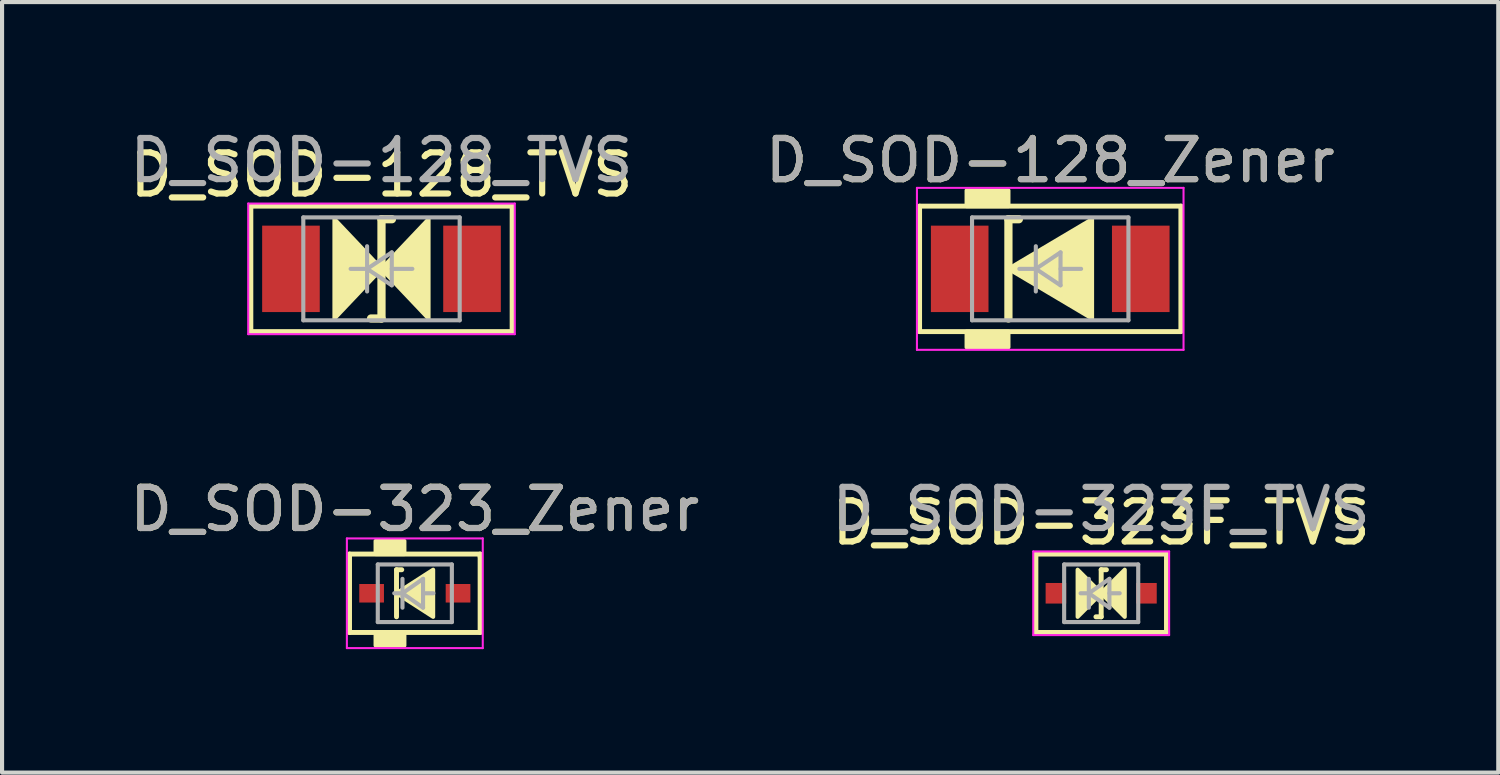
<source format=kicad_pcb>
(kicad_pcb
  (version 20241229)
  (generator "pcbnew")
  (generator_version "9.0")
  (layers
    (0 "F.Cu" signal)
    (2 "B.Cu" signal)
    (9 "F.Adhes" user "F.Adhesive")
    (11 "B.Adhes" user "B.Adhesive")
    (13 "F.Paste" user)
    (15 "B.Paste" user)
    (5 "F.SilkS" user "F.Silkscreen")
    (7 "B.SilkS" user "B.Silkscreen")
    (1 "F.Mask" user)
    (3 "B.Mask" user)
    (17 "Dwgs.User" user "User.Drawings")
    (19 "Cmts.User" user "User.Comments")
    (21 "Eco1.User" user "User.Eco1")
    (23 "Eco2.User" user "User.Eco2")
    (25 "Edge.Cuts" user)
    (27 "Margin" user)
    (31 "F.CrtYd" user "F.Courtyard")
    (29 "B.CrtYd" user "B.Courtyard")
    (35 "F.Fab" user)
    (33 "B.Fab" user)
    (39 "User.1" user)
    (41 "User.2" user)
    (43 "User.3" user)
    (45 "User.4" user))
  (footprint "D_SOD-323_Zener"
    (layer "F.Cu")
    (at 7.03 11.366)
    (property "Reference" "D_SOD-323_Zener" (at 0 -2.041 0) (layer "F.SilkS") (effects (font (size 1 1) (thickness 0.15))))
    (attr smd)
    (fp_line (start -1.587 -0.953) (end -1.587 0.953) (stroke (width 0.12) (type solid)) (layer "F.SilkS"))
    (fp_line (start -1.587 0.953) (end 1.587 0.953) (stroke (width 0.12) (type solid)) (layer "F.SilkS"))
    (fp_line (start -0.445 -0.572) (end -0.445 0.572) (stroke (width 0.12) (type solid)) (layer "F.SilkS"))
    (fp_line (start -0.445 -0.572) (end -0.318 -0.572) (stroke (width 0.12) (type solid)) (layer "F.SilkS"))
    (fp_line (start 1.587 -0.953) (end -1.587 -0.953) (stroke (width 0.12) (type solid)) (layer "F.SilkS"))
    (fp_line (start 1.587 -0.889) (end 1.587 -0.953) (stroke (width 0.12) (type solid)) (layer "F.SilkS"))
    (fp_line (start 1.587 0.953) (end 1.587 -0.889) (stroke (width 0.12) (type solid)) (layer "F.SilkS"))
    (fp_poly (pts (xy 0.445 0.572) (xy -0.445 0) (xy 0.445 -0.572)) (stroke (width 0.1) (type solid)) (fill yes) (layer "F.SilkS"))
    (fp_poly (pts (xy -0.254 -0.953) (xy -0.953 -0.953) (xy -0.953 -1.27) (xy -0.254 -1.27)) (stroke (width 0.1) (type solid)) (fill yes) (layer "F.SilkS"))
    (fp_poly (pts (xy -0.254 1.27) (xy -0.953 1.27) (xy -0.953 0.953) (xy -0.254 0.953)) (stroke (width 0.1) (type solid)) (fill yes) (layer "F.SilkS"))
    (fp_line (start -1.651 -1.333) (end -1.651 1.333) (stroke (width 0.05) (type solid)) (layer "F.CrtYd"))
    (fp_line (start -1.651 -1.333) (end 1.651 -1.333) (stroke (width 0.05) (type solid)) (layer "F.CrtYd"))
    (fp_line (start -1.651 1.333) (end 1.651 1.333) (stroke (width 0.05) (type solid)) (layer "F.CrtYd"))
    (fp_line (start 1.651 -1.333) (end 1.651 1.333) (stroke (width 0.05) (type solid)) (layer "F.CrtYd"))
    (fp_line (start -0.9 -0.7) (end 0.9 -0.7) (stroke (width 0.1) (type solid)) (layer "F.Fab"))
    (fp_line (start -0.9 0.7) (end -0.9 -0.7) (stroke (width 0.1) (type solid)) (layer "F.Fab"))
    (fp_line (start -0.3 -0.35) (end -0.3 0.35) (stroke (width 0.1) (type solid)) (layer "F.Fab"))
    (fp_line (start -0.3 0) (end -0.5 0) (stroke (width 0.1) (type solid)) (layer "F.Fab"))
    (fp_line (start -0.3 0) (end 0.2 -0.35) (stroke (width 0.1) (type solid)) (layer "F.Fab"))
    (fp_line (start 0.2 -0.35) (end 0.2 0.35) (stroke (width 0.1) (type solid)) (layer "F.Fab"))
    (fp_line (start 0.2 0) (end 0.45 0) (stroke (width 0.1) (type solid)) (layer "F.Fab"))
    (fp_line (start 0.2 0.35) (end -0.3 0) (stroke (width 0.1) (type solid)) (layer "F.Fab"))
    (fp_line (start 0.9 -0.7) (end 0.9 0.7) (stroke (width 0.1) (type solid)) (layer "F.Fab"))
    (fp_line (start 0.9 0.7) (end -0.9 0.7) (stroke (width 0.1) (type solid)) (layer "F.Fab"))
    (fp_text user "${REFERENCE}" (at 0 -2.041 0) (layer "F.Fab") (effects (font (size 1 1) (thickness 0.15))))
    (pad "1" smd rect (at -1.05 0) (size 0.6 0.45) (layers "F.Cu" "F.Mask" "F.Paste"))
    (pad "2" smd rect (at 1.05 0) (size 0.6 0.45) (layers "F.Cu" "F.Mask" "F.Paste")))
  (footprint "D_SOD-128_Zener"
    (layer "F.Cu")
    (at 22.47 3.483)
    (property "Reference" "D_SOD-128_Zener" (at 0 -2.635 0) (layer "F.SilkS") (effects (font (size 1 1) (thickness 0.15))))
    (attr smd)
    (fp_line (start -3.175 -1.524) (end -3.175 1.524) (stroke (width 0.12) (type solid)) (layer "F.SilkS"))
    (fp_line (start -3.175 1.524) (end 3.175 1.524) (stroke (width 0.12) (type solid)) (layer "F.SilkS"))
    (fp_line (start -1.016 -1.206) (end -1.016 1.206) (stroke (width 0.2) (type solid)) (layer "F.SilkS"))
    (fp_line (start -1.016 -1.206) (end -0.762 -1.206) (stroke (width 0.2) (type solid)) (layer "F.SilkS"))
    (fp_line (start 3.175 -1.524) (end -3.175 -1.524) (stroke (width 0.12) (type solid)) (layer "F.SilkS"))
    (fp_line (start 3.175 1.524) (end 3.175 -1.524) (stroke (width 0.12) (type solid)) (layer "F.SilkS"))
    (fp_poly (pts (xy 1.016 1.206) (xy -1.016 0) (xy 1.016 -1.206)) (stroke (width 0.1) (type solid)) (fill yes) (layer "F.SilkS"))
    (fp_poly (pts (xy -1.016 -1.524) (xy -2.032 -1.524) (xy -2.032 -1.905) (xy -1.016 -1.905)) (stroke (width 0.1) (type solid)) (fill yes) (layer "F.SilkS"))
    (fp_poly (pts (xy -1.016 1.905) (xy -2.032 1.905) (xy -2.032 1.524) (xy -1.016 1.524)) (stroke (width 0.1) (type solid)) (fill yes) (layer "F.SilkS"))
    (fp_line (start -3.239 -1.968) (end -3.239 1.968) (stroke (width 0.05) (type solid)) (layer "F.CrtYd"))
    (fp_line (start -3.239 -1.968) (end 3.239 -1.968) (stroke (width 0.05) (type solid)) (layer "F.CrtYd"))
    (fp_line (start 3.239 -1.968) (end 3.239 1.968) (stroke (width 0.05) (type solid)) (layer "F.CrtYd"))
    (fp_line (start 3.239 1.968) (end -3.239 1.968) (stroke (width 0.05) (type solid)) (layer "F.CrtYd"))
    (fp_line (start -1.9 -1.25) (end 1.9 -1.25) (stroke (width 0.1) (type solid)) (layer "F.Fab"))
    (fp_line (start -1.9 1.25) (end -1.9 -1.25) (stroke (width 0.1) (type solid)) (layer "F.Fab"))
    (fp_line (start -0.75 0) (end -0.35 0) (stroke (width 0.1) (type solid)) (layer "F.Fab"))
    (fp_line (start -0.35 0) (end -0.35 -0.55) (stroke (width 0.1) (type solid)) (layer "F.Fab"))
    (fp_line (start -0.35 0) (end -0.35 0.55) (stroke (width 0.1) (type solid)) (layer "F.Fab"))
    (fp_line (start -0.35 0) (end 0.25 -0.4) (stroke (width 0.1) (type solid)) (layer "F.Fab"))
    (fp_line (start 0.25 -0.4) (end 0.25 0.4) (stroke (width 0.1) (type solid)) (layer "F.Fab"))
    (fp_line (start 0.25 0) (end 0.75 0) (stroke (width 0.1) (type solid)) (layer "F.Fab"))
    (fp_line (start 0.25 0.4) (end -0.35 0) (stroke (width 0.1) (type solid)) (layer "F.Fab"))
    (fp_line (start 1.9 -1.25) (end 1.9 1.25) (stroke (width 0.1) (type solid)) (layer "F.Fab"))
    (fp_line (start 1.9 1.25) (end -1.9 1.25) (stroke (width 0.1) (type solid)) (layer "F.Fab"))
    (fp_text user "${REFERENCE}" (at 0 -2.635 0) (layer "F.Fab") (effects (font (size 1 1) (thickness 0.15))))
    (pad "1" smd rect (at -2.2 0) (size 1.4 2.1) (layers "F.Cu" "F.Mask" "F.Paste"))
    (pad "2" smd rect (at 2.2 0) (size 1.4 2.1) (layers "F.Cu" "F.Mask" "F.Paste")))
  (footprint "D_SOD-323F_TVS"
    (layer "F.Cu")
    (at 23.708 11.366)
    (property "Reference" "D_SOD-323F_TVS" (at 0 -1.714 0) (layer "F.SilkS") (effects (font (size 1 1) (thickness 0.15))))
    (attr smd)
    (fp_line (start -1.587 -0.953) (end -1.587 0.953) (stroke (width 0.12) (type solid)) (layer "F.SilkS"))
    (fp_line (start -1.587 0.953) (end 1.587 0.953) (stroke (width 0.12) (type solid)) (layer "F.SilkS"))
    (fp_line (start -0.127 0.572) (end 0 0.572) (stroke (width 0.12) (type solid)) (layer "F.SilkS"))
    (fp_line (start 0 -0.572) (end 0 0.572) (stroke (width 0.12) (type solid)) (layer "F.SilkS"))
    (fp_line (start 0 -0.572) (end 0.127 -0.572) (stroke (width 0.12) (type solid)) (layer "F.SilkS"))
    (fp_line (start 1.587 -0.953) (end -1.587 -0.953) (stroke (width 0.12) (type solid)) (layer "F.SilkS"))
    (fp_line (start 1.587 0.953) (end 1.587 -0.953) (stroke (width 0.12) (type solid)) (layer "F.SilkS"))
    (fp_poly (pts (xy 0 0) (xy -0.572 0.572) (xy -0.572 -0.572)) (stroke (width 0.1) (type solid)) (fill yes) (layer "F.SilkS"))
    (fp_poly (pts (xy 0 0) (xy 0.572 -0.572) (xy 0.572 0.572)) (stroke (width 0.1) (type solid)) (fill yes) (layer "F.SilkS"))
    (fp_line (start -1.651 -1.016) (end -1.651 1.016) (stroke (width 0.05) (type solid)) (layer "F.CrtYd"))
    (fp_line (start -1.651 -1.016) (end 1.651 -1.016) (stroke (width 0.05) (type solid)) (layer "F.CrtYd"))
    (fp_line (start -1.651 1.016) (end 1.651 1.016) (stroke (width 0.05) (type solid)) (layer "F.CrtYd"))
    (fp_line (start 1.651 -1.016) (end 1.651 1.016) (stroke (width 0.05) (type solid)) (layer "F.CrtYd"))
    (fp_line (start -0.9 -0.7) (end 0.9 -0.7) (stroke (width 0.1) (type solid)) (layer "F.Fab"))
    (fp_line (start -0.9 0.7) (end -0.9 -0.7) (stroke (width 0.1) (type solid)) (layer "F.Fab"))
    (fp_line (start -0.3 -0.35) (end -0.3 0.35) (stroke (width 0.1) (type solid)) (layer "F.Fab"))
    (fp_line (start -0.3 0) (end -0.5 0) (stroke (width 0.1) (type solid)) (layer "F.Fab"))
    (fp_line (start -0.3 0) (end 0.2 -0.35) (stroke (width 0.1) (type solid)) (layer "F.Fab"))
    (fp_line (start 0.2 -0.35) (end 0.2 0.35) (stroke (width 0.1) (type solid)) (layer "F.Fab"))
    (fp_line (start 0.2 0) (end 0.45 0) (stroke (width 0.1) (type solid)) (layer "F.Fab"))
    (fp_line (start 0.2 0.35) (end -0.3 0) (stroke (width 0.1) (type solid)) (layer "F.Fab"))
    (fp_line (start 0.9 -0.7) (end 0.9 0.7) (stroke (width 0.1) (type solid)) (layer "F.Fab"))
    (fp_line (start 0.9 0.7) (end -0.9 0.7) (stroke (width 0.1) (type solid)) (layer "F.Fab"))
    (fp_text user "${REFERENCE}" (at 0 -2.041 0) (layer "F.Fab") (effects (font (size 1 1) (thickness 0.15))))
    (pad "1" smd rect (at -1.1 0) (size 0.5 0.5) (layers "F.Cu" "F.Mask" "F.Paste"))
    (pad "2" smd rect (at 1.1 0) (size 0.5 0.5) (layers "F.Cu" "F.Mask" "F.Paste")))
  (footprint "D_SOD-128_TVS"
    (layer "F.Cu")
    (at 6.22 3.483)
    (property "Reference" "D_SOD-128_TVS" (at 0 -2.286 0) (layer "F.SilkS") (effects (font (size 1 1) (thickness 0.15))))
    (attr smd)
    (fp_line (start -3.175 -1.524) (end -3.175 1.524) (stroke (width 0.12) (type solid)) (layer "F.SilkS"))
    (fp_line (start -3.175 1.524) (end 3.175 1.524) (stroke (width 0.12) (type solid)) (layer "F.SilkS"))
    (fp_line (start -0.254 1.206) (end 0 1.206) (stroke (width 0.2) (type solid)) (layer "F.SilkS"))
    (fp_line (start 0 -1.206) (end 0 1.206) (stroke (width 0.2) (type solid)) (layer "F.SilkS"))
    (fp_line (start 0 -1.206) (end 0.254 -1.206) (stroke (width 0.2) (type solid)) (layer "F.SilkS"))
    (fp_line (start 3.175 -1.524) (end -3.175 -1.524) (stroke (width 0.12) (type solid)) (layer "F.SilkS"))
    (fp_line (start 3.175 1.524) (end 3.175 -1.524) (stroke (width 0.12) (type solid)) (layer "F.SilkS"))
    (fp_poly (pts (xy 0 0) (xy -1.143 1.206) (xy -1.143 -1.206)) (stroke (width 0.1) (type solid)) (fill yes) (layer "F.SilkS"))
    (fp_poly (pts (xy 0 0) (xy 1.143 -1.206) (xy 1.143 1.206)) (stroke (width 0.1) (type solid)) (fill yes) (layer "F.SilkS"))
    (fp_line (start -3.239 -1.587) (end -3.239 1.587) (stroke (width 0.05) (type solid)) (layer "F.CrtYd"))
    (fp_line (start -3.239 -1.587) (end 3.239 -1.587) (stroke (width 0.05) (type solid)) (layer "F.CrtYd"))
    (fp_line (start 3.239 -1.587) (end 3.239 1.587) (stroke (width 0.05) (type solid)) (layer "F.CrtYd"))
    (fp_line (start 3.239 1.587) (end -3.239 1.587) (stroke (width 0.05) (type solid)) (layer "F.CrtYd"))
    (fp_line (start -1.9 -1.25) (end 1.9 -1.25) (stroke (width 0.1) (type solid)) (layer "F.Fab"))
    (fp_line (start -1.9 1.25) (end -1.9 -1.25) (stroke (width 0.1) (type solid)) (layer "F.Fab"))
    (fp_line (start -0.75 0) (end -0.35 0) (stroke (width 0.1) (type solid)) (layer "F.Fab"))
    (fp_line (start -0.35 0) (end -0.35 -0.55) (stroke (width 0.1) (type solid)) (layer "F.Fab"))
    (fp_line (start -0.35 0) (end -0.35 0.55) (stroke (width 0.1) (type solid)) (layer "F.Fab"))
    (fp_line (start -0.35 0) (end 0.25 -0.4) (stroke (width 0.1) (type solid)) (layer "F.Fab"))
    (fp_line (start 0.25 -0.4) (end 0.25 0.4) (stroke (width 0.1) (type solid)) (layer "F.Fab"))
    (fp_line (start 0.25 0) (end 0.75 0) (stroke (width 0.1) (type solid)) (layer "F.Fab"))
    (fp_line (start 0.25 0.4) (end -0.35 0) (stroke (width 0.1) (type solid)) (layer "F.Fab"))
    (fp_line (start 1.9 -1.25) (end 1.9 1.25) (stroke (width 0.1) (type solid)) (layer "F.Fab"))
    (fp_line (start 1.9 1.25) (end -1.9 1.25) (stroke (width 0.1) (type solid)) (layer "F.Fab"))
    (fp_text user "${REFERENCE}" (at 0 -2.635 0) (layer "F.Fab") (effects (font (size 1 1) (thickness 0.15))))
    (pad "1" smd rect (at -2.2 0) (size 1.4 2.1) (layers "F.Cu" "F.Mask" "F.Paste"))
    (pad "2" smd rect (at 2.2 0) (size 1.4 2.1) (layers "F.Cu" "F.Mask" "F.Paste")))
  (gr_rect
    (start -3 -3)
    (end 33.357 15.724)
    (stroke (width 0.1) (type default))
    (fill no)
    (layer "Edge.Cuts")))
</source>
